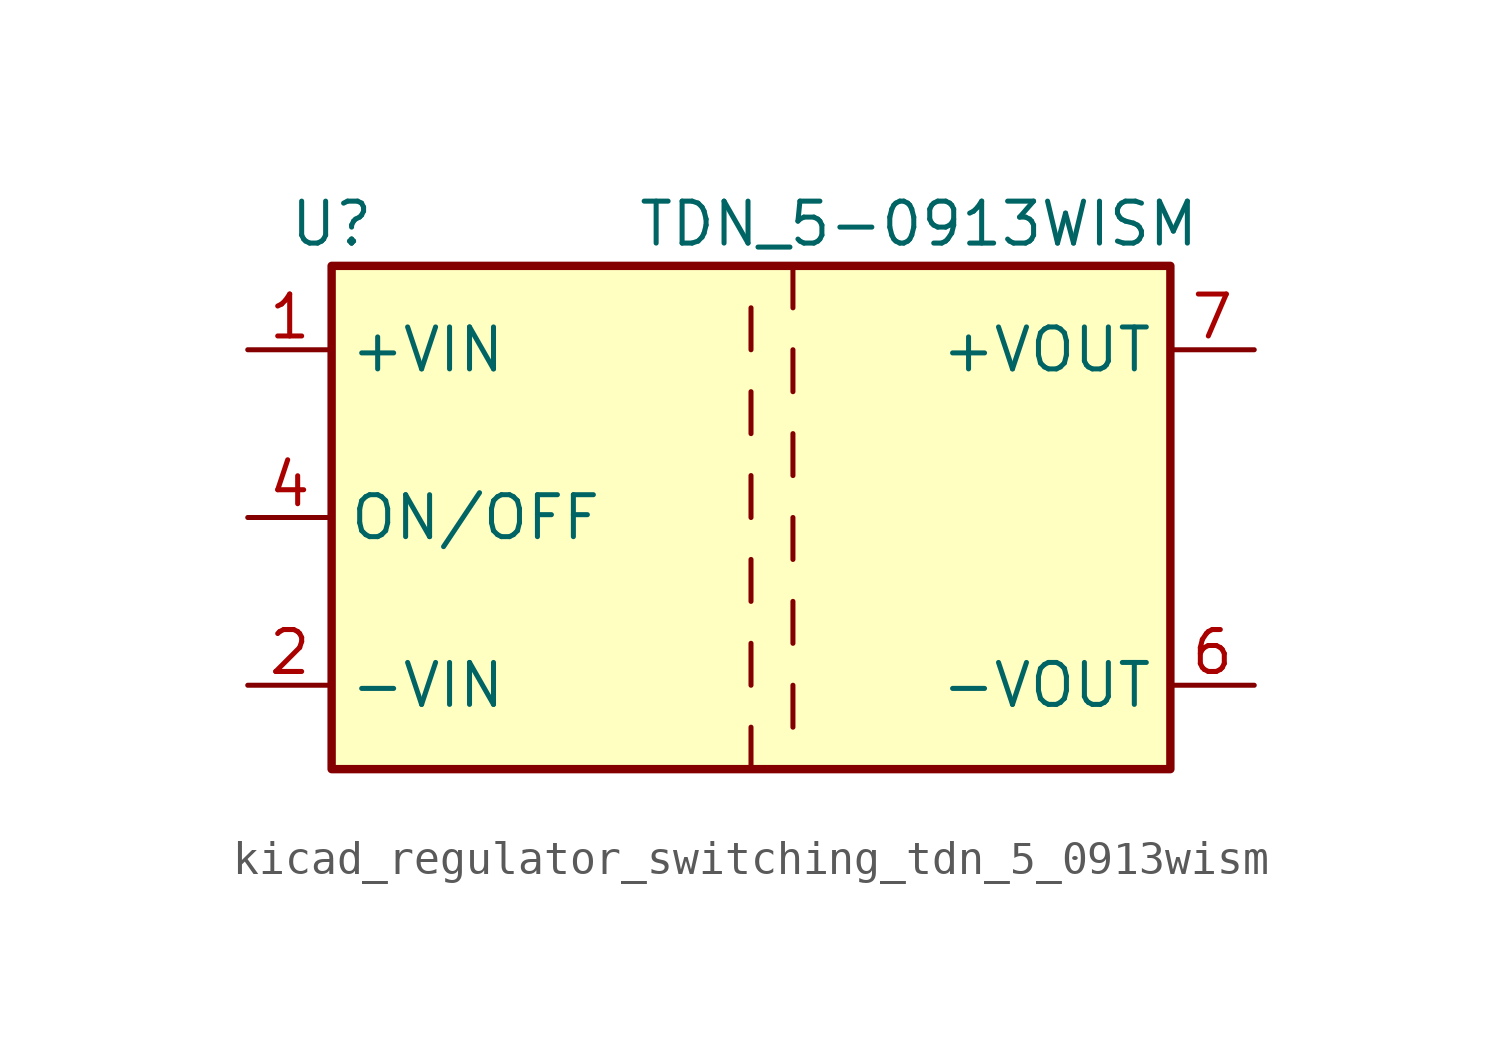
<source format=kicad_sym>
(kicad_symbol_lib
  (version 20220914)
  (generator kicad_symbol_editor)
  (symbol "kicad_regulator_switching_tdn_5_0913wism"
    (property "Reference" "U"
      (at -12.7 8.89 0)
      (effects (font (size 1.27 1.27))))
    (property "Value" "TDN_5-0913WISM"
      (at 5.08 8.89 0)
      (effects (font (size 1.27 1.27))))
    (symbol "kicad_regulator_switching_tdn_5_0913wism_0_1"
      (rectangle (start -12.7 7.62) (end 12.7 -7.62) (stroke (width 0.254) (type default)) (fill (type background))))
    (symbol "kicad_regulator_switching_tdn_5_0913wism_1_1"
      (polyline (pts (xy 0 -6.35) (xy 0 -7.62)) (stroke (width 0) (type default)) (fill (type none)))
      (polyline (pts (xy 0 -3.81) (xy 0 -5.08)) (stroke (width 0) (type default)) (fill (type none)))
      (polyline (pts (xy 0 -1.27) (xy 0 -2.54)) (stroke (width 0) (type default)) (fill (type none)))
      (polyline (pts (xy 0 1.27) (xy 0 0)) (stroke (width 0) (type default)) (fill (type none)))
      (polyline (pts (xy 0 3.81) (xy 0 2.54)) (stroke (width 0) (type default)) (fill (type none)))
      (polyline (pts (xy 0 6.35) (xy 0 5.08)) (stroke (width 0) (type default)) (fill (type none)))
      (polyline (pts (xy 1.27 -5.08) (xy 1.27 -6.35)) (stroke (width 0) (type default)) (fill (type none)))
      (polyline (pts (xy 1.27 -2.54) (xy 1.27 -3.81)) (stroke (width 0) (type default)) (fill (type none)))
      (polyline (pts (xy 1.27 0) (xy 1.27 -1.27)) (stroke (width 0) (type default)) (fill (type none)))
      (polyline (pts (xy 1.27 2.54) (xy 1.27 1.27)) (stroke (width 0) (type default)) (fill (type none)))
      (polyline (pts (xy 1.27 5.08) (xy 1.27 3.81)) (stroke (width 0) (type default)) (fill (type none)))
      (polyline (pts (xy 1.27 7.62) (xy 1.27 6.35)) (stroke (width 0) (type default)) (fill (type none)))
      (pin power_in line (at -15.24 5.08 0) (length 2.54) (name "+VIN" (effects (font (size 1.27 1.27)))) (number "1" (effects (font (size 1.27 1.27)))))
      (pin power_in line (at -15.24 -5.08 0) (length 2.54) (name "-VIN" (effects (font (size 1.27 1.27)))) (number "2" (effects (font (size 1.27 1.27)))))
      (pin input line (at -15.24 0 0) (length 2.54) (name "ON/OFF" (effects (font (size 1.27 1.27)))) (number "4" (effects (font (size 1.27 1.27)))))
      (pin no_connect line (at 12.7 2.54 180) (length 2.54) hide (name "NC" (effects (font (size 1.27 1.27)))) (number "5" (effects (font (size 1.27 1.27)))))
      (pin power_out line (at 15.24 -5.08 180) (length 2.54) (name "-VOUT" (effects (font (size 1.27 1.27)))) (number "6" (effects (font (size 1.27 1.27)))))
      (pin power_out line (at 15.24 5.08 180) (length 2.54) (name "+VOUT" (effects (font (size 1.27 1.27)))) (number "7" (effects (font (size 1.27 1.27))))))))
</source>
